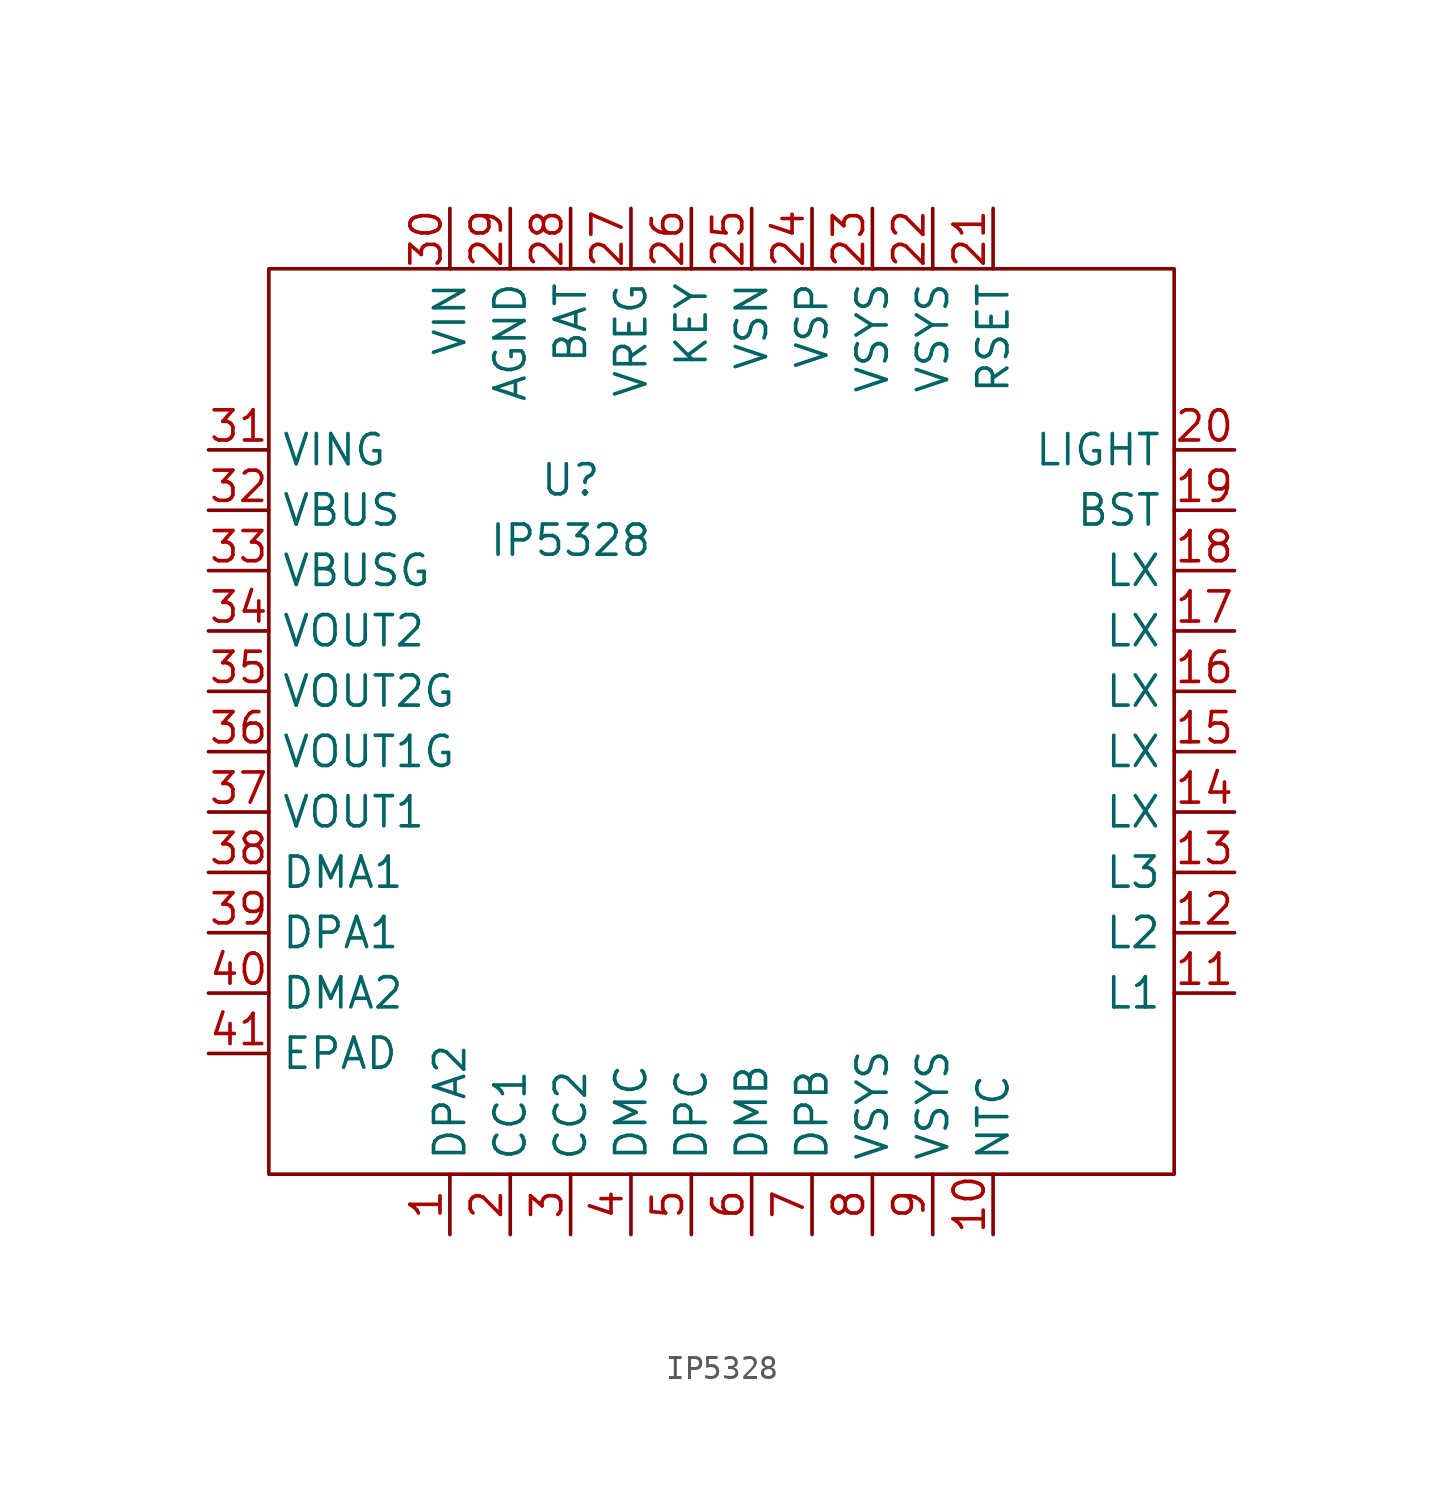
<source format=kicad_sym>
(kicad_symbol_lib
  (version 20201005)
  (generator kicad_symbol_editor)
  (symbol "1New_Library:IP5328"
    (property "Reference" "U"
      (at 7.62 -3.81 0)
      (effects (font (size 1.27 1.27))))
    (property "Value" "IP5328"
      (at 7.62 -6.35 0)
      (effects (font (size 1.27 1.27))))
    (symbol "IP5328_0_0"
      (pin input line (at 25.4 -35.56 90) (length 2.54) (name "NTC" (effects (font (size 1.27 1.27)))) (number "10" (effects (font (size 1.27 1.27)))))
      (pin input line (at 5.08 -35.56 90) (length 2.54) (name "CC1" (effects (font (size 1.27 1.27)))) (number "2" (effects (font (size 1.27 1.27)))))
      (pin input line (at 7.62 -35.56 90) (length 2.54) (name "CC2" (effects (font (size 1.27 1.27)))) (number "3" (effects (font (size 1.27 1.27)))))
      (pin input line (at -7.62 -5.08 0) (length 2.54) (name "VBUS" (effects (font (size 1.27 1.27)))) (number "32" (effects (font (size 1.27 1.27)))))
      (pin input line (at -7.62 -7.62 0) (length 2.54) (name "VBUSG" (effects (font (size 1.27 1.27)))) (number "33" (effects (font (size 1.27 1.27)))))
      (pin input line (at -7.62 -10.16 0) (length 2.54) (name "VOUT2" (effects (font (size 1.27 1.27)))) (number "34" (effects (font (size 1.27 1.27)))))
      (pin input line (at -7.62 -12.7 0) (length 2.54) (name "VOUT2G" (effects (font (size 1.27 1.27)))) (number "35" (effects (font (size 1.27 1.27)))))
      (pin input line (at -7.62 -15.24 0) (length 2.54) (name "VOUT1G" (effects (font (size 1.27 1.27)))) (number "36" (effects (font (size 1.27 1.27)))))
      (pin input line (at -7.62 -17.78 0) (length 2.54) (name "VOUT1" (effects (font (size 1.27 1.27)))) (number "37" (effects (font (size 1.27 1.27)))))
      (pin input line (at -7.62 -20.32 0) (length 2.54) (name "DMA1" (effects (font (size 1.27 1.27)))) (number "38" (effects (font (size 1.27 1.27)))))
      (pin input line (at -7.62 -22.86 0) (length 2.54) (name "DPA1" (effects (font (size 1.27 1.27)))) (number "39" (effects (font (size 1.27 1.27)))))
      (pin input line (at 10.16 -35.56 90) (length 2.54) (name "DMC" (effects (font (size 1.27 1.27)))) (number "4" (effects (font (size 1.27 1.27)))))
      (pin input line (at -7.62 -25.4 0) (length 2.54) (name "DMA2" (effects (font (size 1.27 1.27)))) (number "40" (effects (font (size 1.27 1.27)))))
      (pin input line (at 12.7 -35.56 90) (length 2.54) (name "DPC" (effects (font (size 1.27 1.27)))) (number "5" (effects (font (size 1.27 1.27)))))
      (pin input line (at 15.24 -35.56 90) (length 2.54) (name "DMB" (effects (font (size 1.27 1.27)))) (number "6" (effects (font (size 1.27 1.27)))))
      (pin input line (at 17.78 -35.56 90) (length 2.54) (name "DPB" (effects (font (size 1.27 1.27)))) (number "7" (effects (font (size 1.27 1.27)))))
      (pin input line (at 20.32 -35.56 90) (length 2.54) (name "VSYS" (effects (font (size 1.27 1.27)))) (number "8" (effects (font (size 1.27 1.27)))))
      (pin input line (at 22.86 -35.56 90) (length 2.54) (name "VSYS" (effects (font (size 1.27 1.27)))) (number "9" (effects (font (size 1.27 1.27))))))
    (symbol "IP5328_0_1"
      (rectangle (start -5.08 5.08) (end 33.02 -33.02) (stroke (width 0.152)) (fill (type none))))
    (symbol "IP5328_1_1"
      (pin input line (at 2.54 -35.56 90) (length 2.54) (name "DPA2" (effects (font (size 1.27 1.27)))) (number "1" (effects (font (size 1.27 1.27)))))
      (pin input line (at 35.56 -25.4 180) (length 2.54) (name "L1" (effects (font (size 1.27 1.27)))) (number "11" (effects (font (size 1.27 1.27)))))
      (pin input line (at 35.56 -22.86 180) (length 2.54) (name "L2" (effects (font (size 1.27 1.27)))) (number "12" (effects (font (size 1.27 1.27)))))
      (pin input line (at 35.56 -20.32 180) (length 2.54) (name "L3" (effects (font (size 1.27 1.27)))) (number "13" (effects (font (size 1.27 1.27)))))
      (pin input line (at 35.56 -17.78 180) (length 2.54) (name "LX" (effects (font (size 1.27 1.27)))) (number "14" (effects (font (size 1.27 1.27)))))
      (pin input line (at 35.56 -15.24 180) (length 2.54) (name "LX" (effects (font (size 1.27 1.27)))) (number "15" (effects (font (size 1.27 1.27)))))
      (pin input line (at 35.56 -12.7 180) (length 2.54) (name "LX" (effects (font (size 1.27 1.27)))) (number "16" (effects (font (size 1.27 1.27)))))
      (pin input line (at 35.56 -10.16 180) (length 2.54) (name "LX" (effects (font (size 1.27 1.27)))) (number "17" (effects (font (size 1.27 1.27)))))
      (pin input line (at 35.56 -7.62 180) (length 2.54) (name "LX" (effects (font (size 1.27 1.27)))) (number "18" (effects (font (size 1.27 1.27)))))
      (pin input line (at 35.56 -5.08 180) (length 2.54) (name "BST" (effects (font (size 1.27 1.27)))) (number "19" (effects (font (size 1.27 1.27)))))
      (pin input line (at 35.56 -2.54 180) (length 2.54) (name "LIGHT" (effects (font (size 1.27 1.27)))) (number "20" (effects (font (size 1.27 1.27)))))
      (pin input line (at 25.4 7.62 270) (length 2.54) (name "RSET" (effects (font (size 1.27 1.27)))) (number "21" (effects (font (size 1.27 1.27)))))
      (pin input line (at 22.86 7.62 270) (length 2.54) (name "VSYS" (effects (font (size 1.27 1.27)))) (number "22" (effects (font (size 1.27 1.27)))))
      (pin input line (at 20.32 7.62 270) (length 2.54) (name "VSYS" (effects (font (size 1.27 1.27)))) (number "23" (effects (font (size 1.27 1.27)))))
      (pin input line (at 17.78 7.62 270) (length 2.54) (name "VSP" (effects (font (size 1.27 1.27)))) (number "24" (effects (font (size 1.27 1.27)))))
      (pin input line (at 15.24 7.62 270) (length 2.54) (name "VSN" (effects (font (size 1.27 1.27)))) (number "25" (effects (font (size 1.27 1.27)))))
      (pin input line (at 12.7 7.62 270) (length 2.54) (name "KEY" (effects (font (size 1.27 1.27)))) (number "26" (effects (font (size 1.27 1.27)))))
      (pin input line (at 10.16 7.62 270) (length 2.54) (name "VREG" (effects (font (size 1.27 1.27)))) (number "27" (effects (font (size 1.27 1.27)))))
      (pin input line (at 7.62 7.62 270) (length 2.54) (name "BAT" (effects (font (size 1.27 1.27)))) (number "28" (effects (font (size 1.27 1.27)))))
      (pin input line (at 5.08 7.62 270) (length 2.54) (name "AGND" (effects (font (size 1.27 1.27)))) (number "29" (effects (font (size 1.27 1.27)))))
      (pin input line (at 2.54 7.62 270) (length 2.54) (name "VIN" (effects (font (size 1.27 1.27)))) (number "30" (effects (font (size 1.27 1.27)))))
      (pin input line (at -7.62 -2.54 0) (length 2.54) (name "VING" (effects (font (size 1.27 1.27)))) (number "31" (effects (font (size 1.27 1.27)))))
      (pin input line (at -7.62 -27.94 0) (length 2.54) (name "EPAD" (effects (font (size 1.27 1.27)))) (number "41" (effects (font (size 1.27 1.27))))))))
</source>
